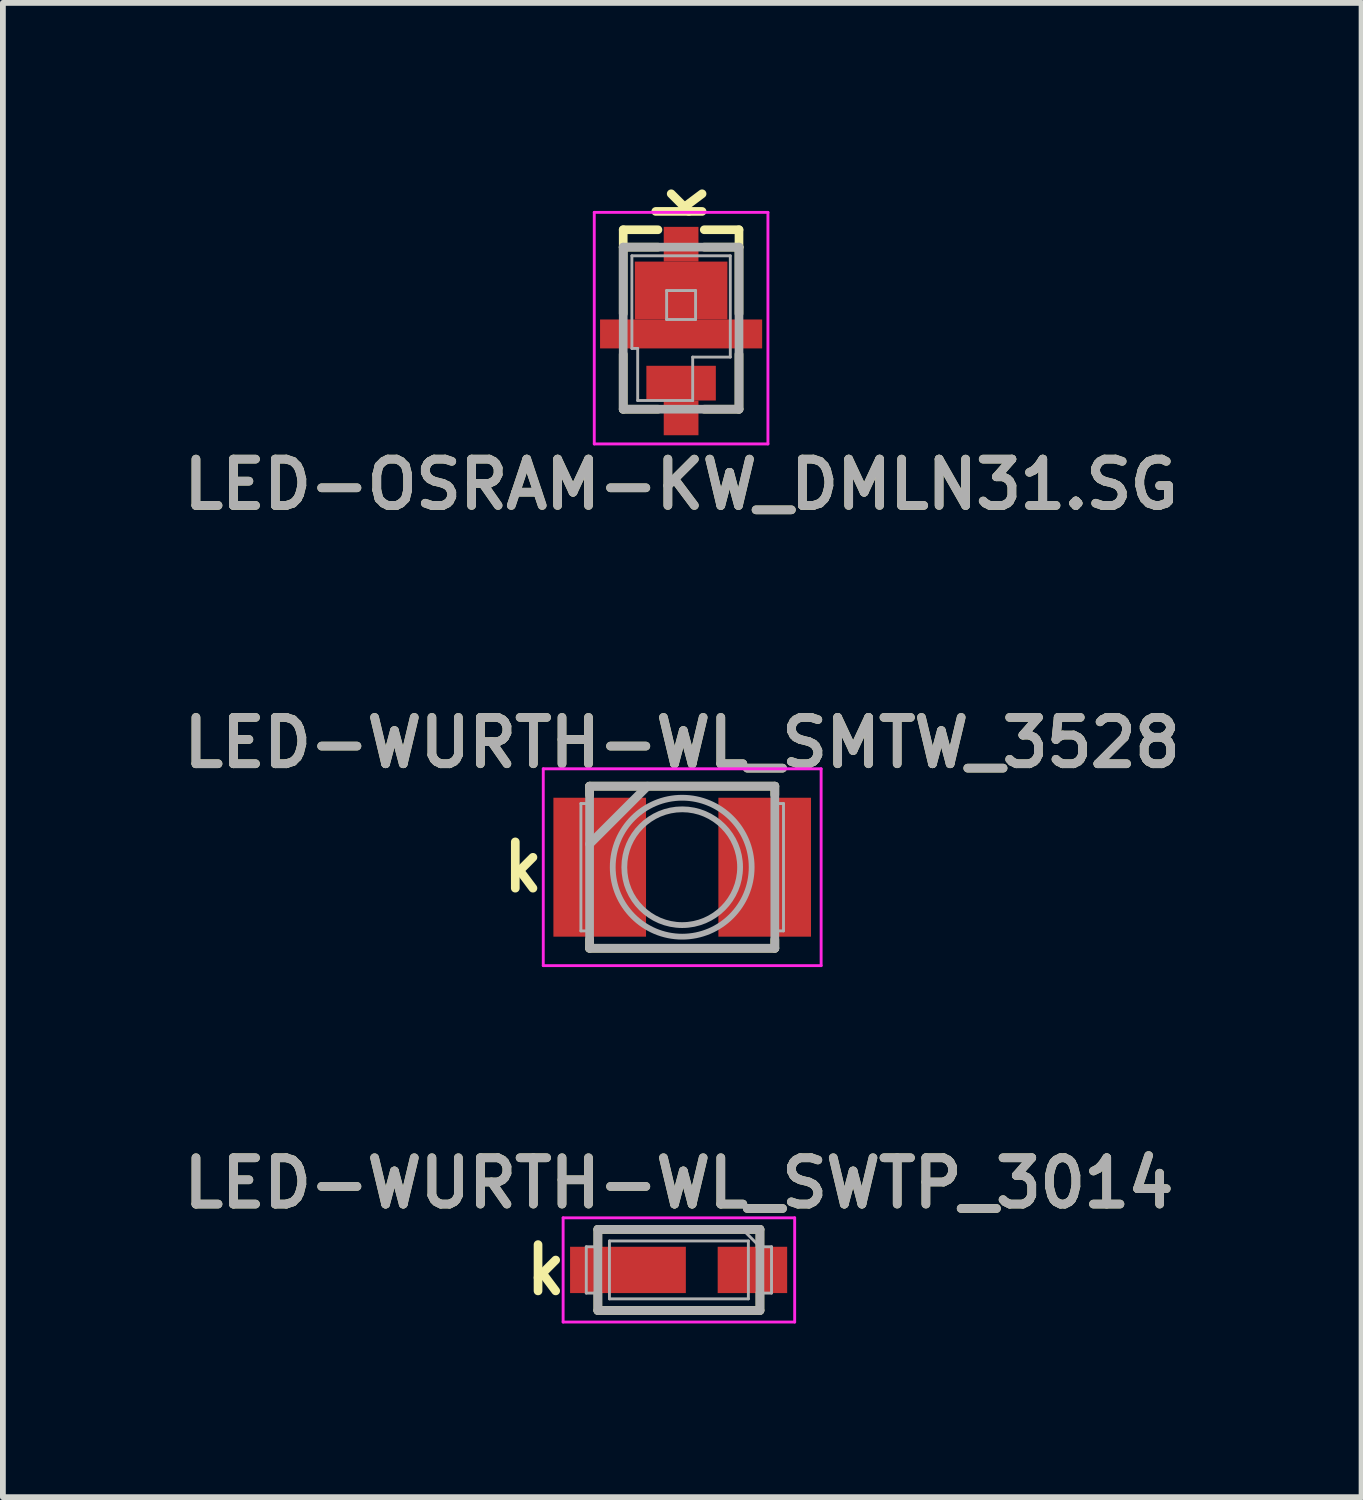
<source format=kicad_pcb>
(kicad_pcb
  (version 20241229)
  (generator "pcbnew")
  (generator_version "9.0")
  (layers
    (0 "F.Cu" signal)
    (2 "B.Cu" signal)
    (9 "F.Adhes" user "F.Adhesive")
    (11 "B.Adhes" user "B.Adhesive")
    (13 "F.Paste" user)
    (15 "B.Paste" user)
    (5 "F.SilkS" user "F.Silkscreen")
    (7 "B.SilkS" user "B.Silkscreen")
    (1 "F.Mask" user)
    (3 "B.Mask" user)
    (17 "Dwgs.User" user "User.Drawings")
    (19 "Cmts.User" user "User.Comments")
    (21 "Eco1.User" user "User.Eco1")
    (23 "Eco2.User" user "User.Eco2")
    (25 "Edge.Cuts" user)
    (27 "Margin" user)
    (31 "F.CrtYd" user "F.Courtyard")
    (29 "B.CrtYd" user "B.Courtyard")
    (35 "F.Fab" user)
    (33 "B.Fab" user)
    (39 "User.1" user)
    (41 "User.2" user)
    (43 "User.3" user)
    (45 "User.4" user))
  (footprint "LED-OSRAM-KW_DMLN31.SG"
    (layer "F.Cu")
    (at 8.716 2.619)
    (property "Reference" "LED-OSRAM-KW_DMLN31.SG" (at 0 2.7 0) (layer "F.SilkS") (effects (font (size 0.8 0.8) (thickness 0.15))))
    (attr smd)
    (fp_line (start -1 -1.7) (end -0.4 -1.7) (stroke (width 0.15) (type solid)) (layer "F.SilkS"))
    (fp_line (start -1 -1.4) (end -1 -1.7) (stroke (width 0.15) (type solid)) (layer "F.SilkS"))
    (fp_line (start -1 -1.4) (end -0.4 -1.4) (stroke (width 0.15) (type solid)) (layer "F.SilkS"))
    (fp_line (start -1 -0.25) (end -1 -1.4) (stroke (width 0.15) (type solid)) (layer "F.SilkS"))
    (fp_line (start -1 1.4) (end -1 0.45) (stroke (width 0.15) (type solid)) (layer "F.SilkS"))
    (fp_line (start -0.4 1.4) (end -1 1.4) (stroke (width 0.15) (type solid)) (layer "F.SilkS"))
    (fp_line (start 0.4 -1.7) (end 1 -1.7) (stroke (width 0.15) (type solid)) (layer "F.SilkS"))
    (fp_line (start 1 -1.7) (end 1 -1.4) (stroke (width 0.15) (type solid)) (layer "F.SilkS"))
    (fp_line (start 1 -1.4) (end 0.4 -1.4) (stroke (width 0.15) (type solid)) (layer "F.SilkS"))
    (fp_line (start 1 -0.25) (end 1 -1.4) (stroke (width 0.15) (type solid)) (layer "F.SilkS"))
    (fp_line (start 1 0.45) (end 1 1.4) (stroke (width 0.15) (type solid)) (layer "F.SilkS"))
    (fp_line (start 1 1.4) (end 0.4 1.4) (stroke (width 0.15) (type solid)) (layer "F.SilkS"))
    (fp_line (start -1.5 -2) (end -1.5 2) (stroke (width 0.05) (type solid)) (layer "F.CrtYd"))
    (fp_line (start -1.5 2) (end 1.5 2) (stroke (width 0.05) (type solid)) (layer "F.CrtYd"))
    (fp_line (start 1.5 -2) (end -1.5 -2) (stroke (width 0.05) (type solid)) (layer "F.CrtYd"))
    (fp_line (start 1.5 2) (end 1.5 -2) (stroke (width 0.05) (type solid)) (layer "F.CrtYd"))
    (fp_line (start -1 -1.4) (end 1 -1.4) (stroke (width 0.15) (type solid)) (layer "F.Fab"))
    (fp_line (start -1 1.4) (end -1 -1.4) (stroke (width 0.15) (type solid)) (layer "F.Fab"))
    (fp_line (start -0.85 -1.25) (end -0.85 0.35) (stroke (width 0.05) (type solid)) (layer "F.Fab"))
    (fp_line (start -0.85 0.35) (end -0.75 0.35) (stroke (width 0.05) (type solid)) (layer "F.Fab"))
    (fp_line (start -0.75 0.35) (end -0.75 1.25) (stroke (width 0.05) (type solid)) (layer "F.Fab"))
    (fp_line (start -0.75 1.25) (end 0.2 1.25) (stroke (width 0.05) (type solid)) (layer "F.Fab"))
    (fp_line (start -0.25 -0.65) (end -0.25 -0.15) (stroke (width 0.05) (type solid)) (layer "F.Fab"))
    (fp_line (start -0.25 -0.15) (end 0.25 -0.15) (stroke (width 0.05) (type solid)) (layer "F.Fab"))
    (fp_line (start 0.2 0.5) (end 0.85 0.5) (stroke (width 0.05) (type solid)) (layer "F.Fab"))
    (fp_line (start 0.2 1.25) (end 0.2 0.5) (stroke (width 0.05) (type solid)) (layer "F.Fab"))
    (fp_line (start 0.25 -0.65) (end -0.25 -0.65) (stroke (width 0.05) (type solid)) (layer "F.Fab"))
    (fp_line (start 0.25 -0.15) (end 0.25 -0.65) (stroke (width 0.05) (type solid)) (layer "F.Fab"))
    (fp_line (start 0.85 -1.25) (end -0.85 -1.25) (stroke (width 0.05) (type solid)) (layer "F.Fab"))
    (fp_line (start 0.85 0.5) (end 0.85 -1.25) (stroke (width 0.05) (type solid)) (layer "F.Fab"))
    (fp_line (start 1 -1.4) (end 1 1.4) (stroke (width 0.15) (type solid)) (layer "F.Fab"))
    (fp_line (start 1 1.4) (end -1 1.4) (stroke (width 0.15) (type solid)) (layer "F.Fab"))
    (fp_text user "k" (at 0 -2.15 90) (layer "F.SilkS") (effects (font (size 0.8 0.8) (thickness 0.15))))
    (fp_text user "${REFERENCE}" (at 0 2.7 0) (layer "F.Fab") (effects (font (size 0.8 0.8) (thickness 0.15))))
    (pad "1" smd rect (at 0 0.95) (size 1.2 0.6) (layers "F.Cu" "F.Mask" "F.Paste"))
    (pad "1" smd rect (at 0 1.55) (size 0.6 0.6) (layers "F.Cu" "F.Mask" "F.Paste"))
    (pad "2" smd rect (at 0 -1.45) (size 0.6 0.6) (layers "F.Cu" "F.Mask" "F.Paste"))
    (pad "2" smd rect (at 0 -0.65) (size 1.6 1) (layers "F.Cu" "F.Mask" "F.Paste"))
    (pad "2" smd rect (at 0 0.1) (size 2.8 0.5) (layers "F.Cu" "F.Mask" "F.Paste")))
  (footprint "LED-WURTH-WL_SMTW_3528"
    (layer "F.Cu")
    (at 8.735 11.931)
    (property "Reference" "LED-WURTH-WL_SMTW_3528" (at 0 -2.15 0) (layer "F.SilkS") (effects (font (size 0.8 0.8) (thickness 0.15))))
    (attr smd)
    (fp_line (start -1.6 -1.4) (end -1.6 -1.25) (stroke (width 0.15) (type solid)) (layer "F.SilkS"))
    (fp_line (start -1.6 -1.4) (end 1.6 -1.4) (stroke (width 0.15) (type solid)) (layer "F.SilkS"))
    (fp_line (start -1.6 1.4) (end -1.6 1.25) (stroke (width 0.15) (type solid)) (layer "F.SilkS"))
    (fp_line (start -1.6 1.4) (end 1.6 1.4) (stroke (width 0.15) (type solid)) (layer "F.SilkS"))
    (fp_line (start 1.6 -1.4) (end 1.6 -1.25) (stroke (width 0.15) (type solid)) (layer "F.SilkS"))
    (fp_line (start 1.6 1.4) (end 1.6 1.25) (stroke (width 0.15) (type solid)) (layer "F.SilkS"))
    (fp_line (start -2.4 -1.7) (end 2.4 -1.7) (stroke (width 0.05) (type solid)) (layer "F.CrtYd"))
    (fp_line (start -2.4 1.7) (end -2.4 -1.7) (stroke (width 0.05) (type solid)) (layer "F.CrtYd"))
    (fp_line (start 2.4 -1.7) (end 2.4 1.7) (stroke (width 0.05) (type solid)) (layer "F.CrtYd"))
    (fp_line (start 2.4 1.7) (end -2.4 1.7) (stroke (width 0.05) (type solid)) (layer "F.CrtYd"))
    (fp_line (start -1.75 -1.1) (end -1.75 1.1) (stroke (width 0.05) (type solid)) (layer "F.Fab"))
    (fp_line (start -1.75 1.1) (end -1.6 1.1) (stroke (width 0.05) (type solid)) (layer "F.Fab"))
    (fp_line (start -1.6 -1.4) (end 1.6 -1.4) (stroke (width 0.15) (type solid)) (layer "F.Fab"))
    (fp_line (start -1.6 -1.1) (end -1.75 -1.1) (stroke (width 0.05) (type solid)) (layer "F.Fab"))
    (fp_line (start -1.6 -0.4) (end -0.6 -1.4) (stroke (width 0.15) (type solid)) (layer "F.Fab"))
    (fp_line (start -1.6 1.4) (end -1.6 -1.4) (stroke (width 0.15) (type solid)) (layer "F.Fab"))
    (fp_line (start 1.6 -1.4) (end 1.6 1.4) (stroke (width 0.15) (type solid)) (layer "F.Fab"))
    (fp_line (start 1.6 -1.1) (end 1.75 -1.1) (stroke (width 0.05) (type solid)) (layer "F.Fab"))
    (fp_line (start 1.6 1.4) (end -1.6 1.4) (stroke (width 0.15) (type solid)) (layer "F.Fab"))
    (fp_line (start 1.75 -1.1) (end 1.75 1.1) (stroke (width 0.05) (type solid)) (layer "F.Fab"))
    (fp_line (start 1.75 1.1) (end 1.6 1.1) (stroke (width 0.05) (type solid)) (layer "F.Fab"))
    (fp_circle (center 0 0) (end 1 0) (stroke (width 0.1) (type solid)) (fill no) (layer "F.Fab"))
    (fp_circle (center 0 0) (end 1.2 0) (stroke (width 0.1) (type solid)) (fill no) (layer "F.Fab"))
    (fp_text user "k" (at -2.75 0 0) (layer "F.SilkS") (effects (font (size 0.8 0.8) (thickness 0.15))))
    (fp_text user "${REFERENCE}" (at 0 -2.15 0) (layer "F.Fab") (effects (font (size 0.8 0.8) (thickness 0.15))))
    (pad "1" smd rect (at -1.425 0) (size 1.6 2.4) (layers "F.Cu" "F.Mask" "F.Paste"))
    (pad "2" smd rect (at 1.425 0) (size 1.6 2.4) (layers "F.Cu" "F.Mask" "F.Paste")))
  (footprint "LED-WURTH-WL_SWTP_3014"
    (layer "F.Cu")
    (at 8.678 18.888)
    (property "Reference" "LED-WURTH-WL_SWTP_3014" (at 0 -1.5 0) (layer "F.SilkS") (effects (font (size 0.8 0.8) (thickness 0.15))))
    (attr smd)
    (fp_line (start -1.4 -0.7) (end -1.4 -0.4) (stroke (width 0.15) (type solid)) (layer "F.SilkS"))
    (fp_line (start -1.4 -0.7) (end 1.4 -0.7) (stroke (width 0.15) (type solid)) (layer "F.SilkS"))
    (fp_line (start -1.4 0.7) (end -1.4 0.4) (stroke (width 0.15) (type solid)) (layer "F.SilkS"))
    (fp_line (start -1.4 0.7) (end 1.4 0.7) (stroke (width 0.15) (type solid)) (layer "F.SilkS"))
    (fp_line (start 1.4 -0.7) (end 1.4 -0.4) (stroke (width 0.15) (type solid)) (layer "F.SilkS"))
    (fp_line (start 1.4 0.7) (end 1.4 0.4) (stroke (width 0.15) (type solid)) (layer "F.SilkS"))
    (fp_line (start -2 -0.9) (end 2 -0.9) (stroke (width 0.05) (type solid)) (layer "F.CrtYd"))
    (fp_line (start -2 0.9) (end -2 -0.9) (stroke (width 0.05) (type solid)) (layer "F.CrtYd"))
    (fp_line (start 2 -0.9) (end 2 0.9) (stroke (width 0.05) (type solid)) (layer "F.CrtYd"))
    (fp_line (start 2 0.9) (end -2 0.9) (stroke (width 0.05) (type solid)) (layer "F.CrtYd"))
    (fp_line (start -1.6 -0.4) (end -1.6 0.4) (stroke (width 0.05) (type solid)) (layer "F.Fab"))
    (fp_line (start -1.6 0.4) (end -1.4 0.4) (stroke (width 0.05) (type solid)) (layer "F.Fab"))
    (fp_line (start -1.4 -0.7) (end 1.4 -0.7) (stroke (width 0.15) (type solid)) (layer "F.Fab"))
    (fp_line (start -1.4 -0.4) (end -1.6 -0.4) (stroke (width 0.05) (type solid)) (layer "F.Fab"))
    (fp_line (start -1.4 0.7) (end -1.4 -0.7) (stroke (width 0.15) (type solid)) (layer "F.Fab"))
    (fp_line (start -1.2 -0.5) (end 1.2 -0.5) (stroke (width 0.05) (type solid)) (layer "F.Fab"))
    (fp_line (start -1.2 0.5) (end -1.2 -0.5) (stroke (width 0.05) (type solid)) (layer "F.Fab"))
    (fp_line (start 1.1 -0.7) (end 1.4 -0.4) (stroke (width 0.05) (type solid)) (layer "F.Fab"))
    (fp_line (start 1.2 -0.5) (end 1.2 0.5) (stroke (width 0.05) (type solid)) (layer "F.Fab"))
    (fp_line (start 1.2 0.5) (end -1.2 0.5) (stroke (width 0.05) (type solid)) (layer "F.Fab"))
    (fp_line (start 1.4 -0.7) (end 1.4 0.7) (stroke (width 0.15) (type solid)) (layer "F.Fab"))
    (fp_line (start 1.4 -0.4) (end 1.6 -0.4) (stroke (width 0.05) (type solid)) (layer "F.Fab"))
    (fp_line (start 1.4 0.7) (end -1.4 0.7) (stroke (width 0.15) (type solid)) (layer "F.Fab"))
    (fp_line (start 1.6 -0.4) (end 1.6 0.4) (stroke (width 0.05) (type solid)) (layer "F.Fab"))
    (fp_line (start 1.6 0.4) (end 1.45 0.4) (stroke (width 0.05) (type solid)) (layer "F.Fab"))
    (fp_text user "k" (at -2.3 0 0) (layer "F.SilkS") (effects (font (size 0.8 0.8) (thickness 0.15))))
    (fp_text user "${REFERENCE}" (at 0 -1.5 0) (layer "F.Fab") (effects (font (size 0.8 0.8) (thickness 0.15))))
    (pad "1" smd rect (at -0.88 0) (size 2 0.8) (layers "F.Cu" "F.Mask" "F.Paste"))
    (pad "2" smd rect (at 1.27 0) (size 1.2 0.8) (layers "F.Cu" "F.Mask" "F.Paste")))
  (gr_rect
    (start -3 -3)
    (end 20.471 22.813)
    (stroke (width 0.1) (type default))
    (fill no)
    (layer "Edge.Cuts")))
</source>
